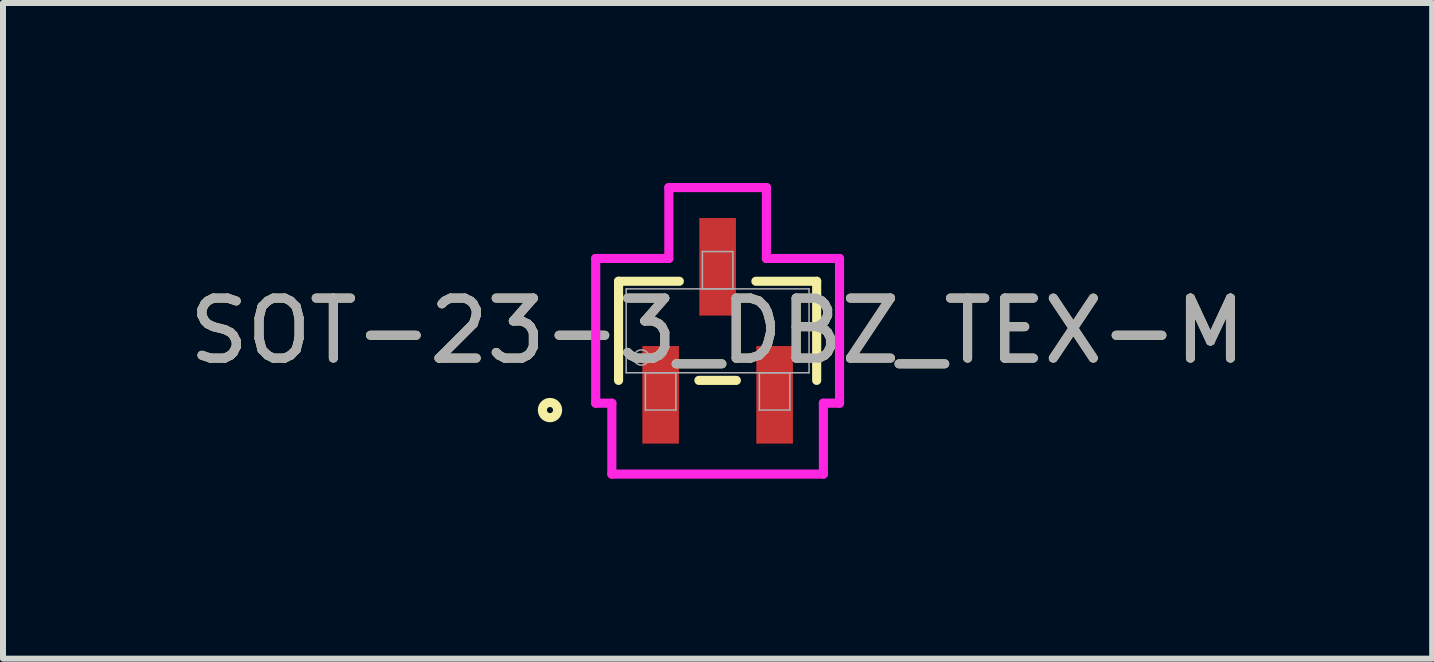
<source format=kicad_pcb>
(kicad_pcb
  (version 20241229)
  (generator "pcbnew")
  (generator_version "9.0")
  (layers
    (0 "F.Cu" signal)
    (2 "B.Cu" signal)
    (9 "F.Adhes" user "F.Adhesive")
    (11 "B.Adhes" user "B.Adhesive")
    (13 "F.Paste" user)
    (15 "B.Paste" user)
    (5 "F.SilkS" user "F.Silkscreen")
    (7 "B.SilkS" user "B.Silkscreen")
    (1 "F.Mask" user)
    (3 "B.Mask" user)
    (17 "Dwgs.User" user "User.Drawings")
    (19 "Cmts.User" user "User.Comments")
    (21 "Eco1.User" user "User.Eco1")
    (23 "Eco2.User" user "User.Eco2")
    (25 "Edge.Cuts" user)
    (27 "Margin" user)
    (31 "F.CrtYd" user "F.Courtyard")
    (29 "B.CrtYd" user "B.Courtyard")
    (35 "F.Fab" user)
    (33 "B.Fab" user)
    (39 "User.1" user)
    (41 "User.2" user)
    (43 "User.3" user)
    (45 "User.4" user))
  (footprint "SOT-23-3_DBZ_TEX-M"
    (layer "F.Cu")
    (at 8.911 2.464)
    (property "Reference" "SOT-23-3_DBZ_TEX-M" (at 0 0 0) (unlocked yes) (layer "F.SilkS") (effects (font (size 1 1) (thickness 0.15))))
    (attr smd)
    (fp_line (start -1.651 -0.826) (end -1.651 0.826) (stroke (width 0.152) (type solid)) (layer "F.SilkS"))
    (fp_line (start -0.638 -0.826) (end -1.651 -0.826) (stroke (width 0.152) (type solid)) (layer "F.SilkS"))
    (fp_line (start -0.312 0.826) (end 0.312 0.826) (stroke (width 0.152) (type solid)) (layer "F.SilkS"))
    (fp_line (start 1.651 -0.826) (end 0.638 -0.826) (stroke (width 0.152) (type solid)) (layer "F.SilkS"))
    (fp_line (start 1.651 0.826) (end 1.651 -0.826) (stroke (width 0.152) (type solid)) (layer "F.SilkS"))
    (fp_circle (center -2.794 1.321) (end -2.667 1.321) (stroke (width 0.152) (type solid)) (fill no) (layer "F.SilkS"))
    (fp_line (start -2.032 -1.206) (end -0.813 -1.206) (stroke (width 0.152) (type solid)) (layer "F.CrtYd"))
    (fp_line (start -2.032 1.206) (end -2.032 -1.206) (stroke (width 0.152) (type solid)) (layer "F.CrtYd"))
    (fp_line (start -2.032 1.206) (end -1.763 1.206) (stroke (width 0.152) (type solid)) (layer "F.CrtYd"))
    (fp_line (start -1.763 1.206) (end -1.763 2.388) (stroke (width 0.152) (type solid)) (layer "F.CrtYd"))
    (fp_line (start -1.763 2.388) (end 1.763 2.388) (stroke (width 0.152) (type solid)) (layer "F.CrtYd"))
    (fp_line (start -0.813 -2.388) (end 0.813 -2.388) (stroke (width 0.152) (type solid)) (layer "F.CrtYd"))
    (fp_line (start -0.813 -1.206) (end -0.813 -2.388) (stroke (width 0.152) (type solid)) (layer "F.CrtYd"))
    (fp_line (start 0.813 -1.206) (end 0.813 -2.388) (stroke (width 0.152) (type solid)) (layer "F.CrtYd"))
    (fp_line (start 1.763 1.206) (end 1.763 2.388) (stroke (width 0.152) (type solid)) (layer "F.CrtYd"))
    (fp_line (start 2.032 -1.206) (end 0.813 -1.206) (stroke (width 0.152) (type solid)) (layer "F.CrtYd"))
    (fp_line (start 2.032 -1.206) (end 2.032 1.206) (stroke (width 0.152) (type solid)) (layer "F.CrtYd"))
    (fp_line (start 2.032 1.206) (end 1.763 1.206) (stroke (width 0.152) (type solid)) (layer "F.CrtYd"))
    (fp_line (start -1.524 -0.699) (end -1.524 0.699) (stroke (width 0.025) (type solid)) (layer "F.Fab"))
    (fp_line (start -1.524 0.699) (end 1.524 0.699) (stroke (width 0.025) (type solid)) (layer "F.Fab"))
    (fp_line (start -1.204 0.699) (end -1.204 1.321) (stroke (width 0.025) (type solid)) (layer "F.Fab"))
    (fp_line (start -1.204 1.321) (end -0.696 1.321) (stroke (width 0.025) (type solid)) (layer "F.Fab"))
    (fp_line (start -0.696 0.699) (end -1.204 0.699) (stroke (width 0.025) (type solid)) (layer "F.Fab"))
    (fp_line (start -0.696 1.321) (end -0.696 0.699) (stroke (width 0.025) (type solid)) (layer "F.Fab"))
    (fp_line (start -0.254 -1.321) (end -0.254 -0.699) (stroke (width 0.025) (type solid)) (layer "F.Fab"))
    (fp_line (start -0.254 -0.699) (end 0.254 -0.699) (stroke (width 0.025) (type solid)) (layer "F.Fab"))
    (fp_line (start 0.254 -1.321) (end -0.254 -1.321) (stroke (width 0.025) (type solid)) (layer "F.Fab"))
    (fp_line (start 0.254 -0.699) (end 0.254 -1.321) (stroke (width 0.025) (type solid)) (layer "F.Fab"))
    (fp_line (start 0.696 0.699) (end 0.696 1.321) (stroke (width 0.025) (type solid)) (layer "F.Fab"))
    (fp_line (start 0.696 1.321) (end 1.204 1.321) (stroke (width 0.025) (type solid)) (layer "F.Fab"))
    (fp_line (start 1.204 0.699) (end 0.696 0.699) (stroke (width 0.025) (type solid)) (layer "F.Fab"))
    (fp_line (start 1.204 1.321) (end 1.204 0.699) (stroke (width 0.025) (type solid)) (layer "F.Fab"))
    (fp_line (start 1.524 -0.699) (end -1.524 -0.699) (stroke (width 0.025) (type solid)) (layer "F.Fab"))
    (fp_line (start 1.524 0.699) (end 1.524 -0.699) (stroke (width 0.025) (type solid)) (layer "F.Fab"))
    (fp_circle (center -1.27 0.445) (end -1.143 0.445) (stroke (width 0.025) (type solid)) (fill no) (layer "F.Fab"))
    (fp_text user "${REFERENCE}" (at 0 0 0) (unlocked yes) (layer "F.Fab") (effects (font (size 1 1) (thickness 0.15))))
    (pad "1" smd rect (at -0.95 1.067) (size 0.61 1.626) (layers "F.Cu" "F.Mask" "F.Paste"))
    (pad "2" smd rect (at 0.95 1.067) (size 0.61 1.626) (layers "F.Cu" "F.Mask" "F.Paste"))
    (pad "3" smd rect (at 0 -1.067) (size 0.61 1.626) (layers "F.Cu" "F.Mask" "F.Paste")))
  (gr_rect
    (start -3 -3)
    (end 20.821 7.928)
    (stroke (width 0.1) (type default))
    (fill no)
    (layer "Edge.Cuts")))
</source>
